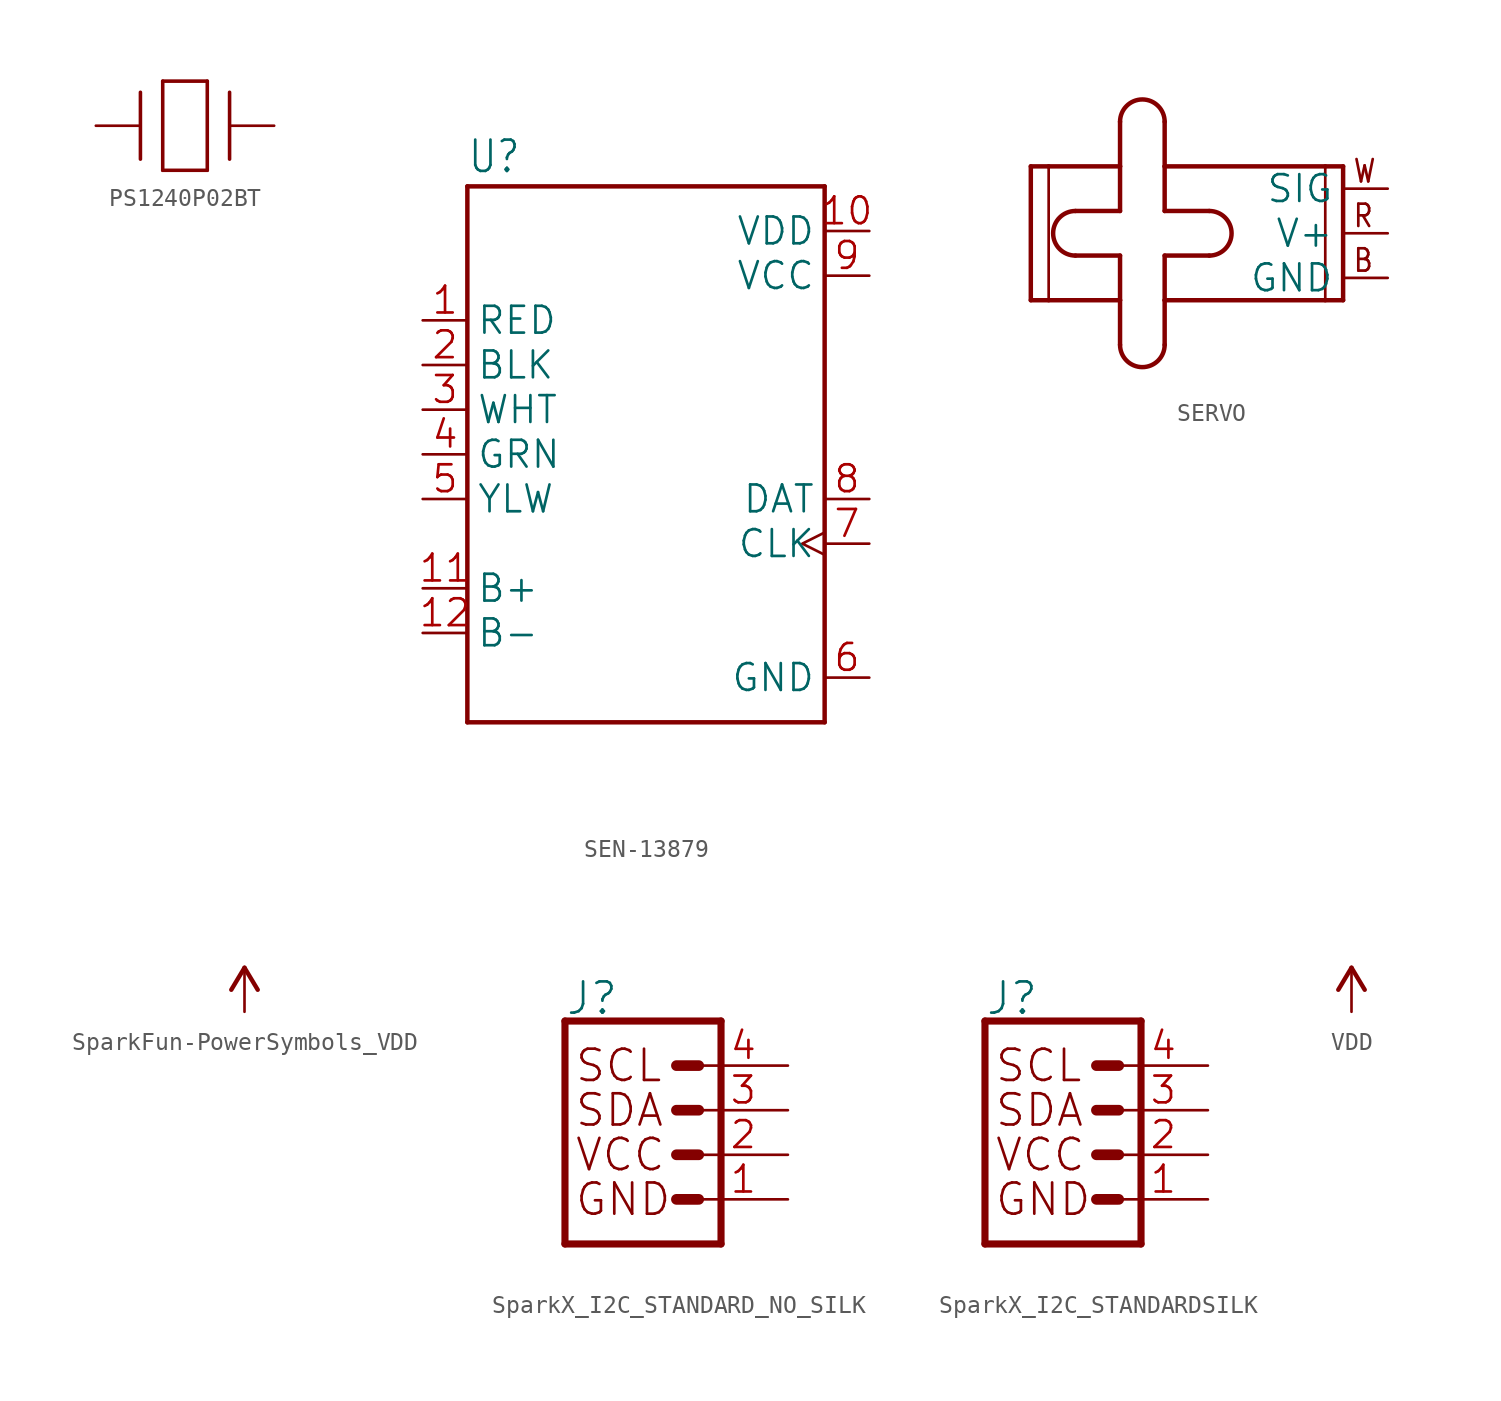
<source format=kicad_sym>
(kicad_symbol_lib
  (version 20241209)
  (generator "kicad_symbol_editor")
  (generator_version "9.0")
  (symbol "PS1240P02BT"
    (property "Reference" "XTAL"
      (at -2.819 2.692 0)
      (effects (font (size 3.48 2.958)) (justify left bottom) (hide yes)))
    (property "ki_locked" ""
      (at 0 0 0)
      (effects (font (size 1.27 1.27))))
    (symbol "PS1240P02BT_1_0"
      (polyline (pts (xy 2.54 -1.905) (xy 2.54 1.905)) (stroke (width 0.203) (type solid)) (fill (type none)))
      (polyline (pts (xy 3.81 2.54) (xy 6.35 2.54)) (stroke (width 0.203) (type solid)) (fill (type none)))
      (polyline (pts (xy 3.81 -2.54) (xy 3.81 2.54)) (stroke (width 0.203) (type solid)) (fill (type none)))
      (polyline (pts (xy 6.35 2.54) (xy 6.35 -2.54)) (stroke (width 0.203) (type solid)) (fill (type none)))
      (polyline (pts (xy 6.35 -2.54) (xy 3.81 -2.54)) (stroke (width 0.203) (type solid)) (fill (type none)))
      (polyline (pts (xy 7.62 -1.905) (xy 7.62 1.905)) (stroke (width 0.203) (type solid)) (fill (type none)))
      (pin passive line (at 0 0 0) (length 2.54) (name "1" (effects (font (size 0 0)))) (number "1" (effects (font (size 0 0)))))
      (pin passive line (at 10.16 0 180) (length 2.54) (name "2" (effects (font (size 0 0)))) (number "2" (effects (font (size 0 0)))))))
  (symbol "SEN-13879"
    (property "Reference" "U"
      (at -10.172 15.894 0)
      (effects (font (size 1.78 1.513)) (justify left bottom)))
    (property "Value" ""
      (at -10.164 -17.787 0)
      (effects (font (size 1.779 1.512)) (justify left bottom)))
    (property "ki_locked" ""
      (at 0 0 0)
      (effects (font (size 1.27 1.27))))
    (symbol "SEN-13879_1_0"
      (polyline (pts (xy -10.16 15.24) (xy 10.16 15.24)) (stroke (width 0.254) (type solid)) (fill (type none)))
      (polyline (pts (xy -10.16 -15.24) (xy -10.16 15.24)) (stroke (width 0.254) (type solid)) (fill (type none)))
      (polyline (pts (xy 10.16 15.24) (xy 10.16 -15.24)) (stroke (width 0.254) (type solid)) (fill (type none)))
      (polyline (pts (xy 10.16 -15.24) (xy -10.16 -15.24)) (stroke (width 0.254) (type solid)) (fill (type none)))
      (pin bidirectional line (at -12.7 7.62 0) (length 2.54) (name "RED" (effects (font (size 1.524 1.524)))) (number "1" (effects (font (size 1.524 1.524)))))
      (pin bidirectional line (at -12.7 5.08 0) (length 2.54) (name "BLK" (effects (font (size 1.524 1.524)))) (number "2" (effects (font (size 1.524 1.524)))))
      (pin input line (at -12.7 2.54 0) (length 2.54) (name "WHT" (effects (font (size 1.524 1.524)))) (number "3" (effects (font (size 1.524 1.524)))))
      (pin input line (at -12.7 0 0) (length 2.54) (name "GRN" (effects (font (size 1.524 1.524)))) (number "4" (effects (font (size 1.524 1.524)))))
      (pin bidirectional line (at -12.7 -2.54 0) (length 2.54) (name "YLW" (effects (font (size 1.524 1.524)))) (number "5" (effects (font (size 1.524 1.524)))))
      (pin input line (at -12.7 -7.62 0) (length 2.54) (name "B+" (effects (font (size 1.524 1.524)))) (number "11" (effects (font (size 1.524 1.524)))))
      (pin input line (at -12.7 -10.16 0) (length 2.54) (name "B-" (effects (font (size 1.524 1.524)))) (number "12" (effects (font (size 1.524 1.524)))))
      (pin power_in line (at 12.7 12.7 180) (length 2.54) (name "VDD" (effects (font (size 1.524 1.524)))) (number "10" (effects (font (size 1.524 1.524)))))
      (pin power_in line (at 12.7 10.16 180) (length 2.54) (name "VCC" (effects (font (size 1.524 1.524)))) (number "9" (effects (font (size 1.524 1.524)))))
      (pin output line (at 12.7 -2.54 180) (length 2.54) (name "DAT" (effects (font (size 1.524 1.524)))) (number "8" (effects (font (size 1.524 1.524)))))
      (pin input clock (at 12.7 -5.08 180) (length 2.54) (name "CLK" (effects (font (size 1.524 1.524)))) (number "7" (effects (font (size 1.524 1.524)))))
      (pin power_in line (at 12.7 -12.7 180) (length 2.54) (name "GND" (effects (font (size 1.524 1.524)))) (number "6" (effects (font (size 1.524 1.524)))))))
  (symbol "SERVO"
    (property "Reference" "M"
      (at -9.906 1.524 0)
      (effects (font (size 1.778 1.778)) (justify left bottom) (hide yes)))
    (property "ki_locked" ""
      (at 0 0 0)
      (effects (font (size 1.27 1.27))))
    (symbol "SERVO_1_0"
      (polyline (pts (xy -17.78 1.27) (xy -17.78 -6.35)) (stroke (width 0.254) (type solid)) (fill (type none)))
      (polyline (pts (xy -17.78 -6.35) (xy -16.764 -6.35)) (stroke (width 0.254) (type solid)) (fill (type none)))
      (polyline (pts (xy -16.764 1.27) (xy -17.78 1.27)) (stroke (width 0.254) (type solid)) (fill (type none)))
      (polyline (pts (xy -16.764 1.27) (xy -16.764 -6.35)) (stroke (width 0.152) (type solid)) (fill (type none)))
      (polyline (pts (xy -16.764 -6.35) (xy -12.7 -6.35)) (stroke (width 0.254) (type solid)) (fill (type none)))
      (polyline (pts (xy -15.24 -1.27) (xy -12.7 -1.27)) (stroke (width 0.254) (type solid)) (fill (type none)))
      (arc (start -15.24 -3.81) (mid -16.51 -2.54) (end -15.24 -1.27) (stroke (width 0.254) (type solid)) (fill (type none)))
      (polyline (pts (xy -15.24 -3.81) (xy -12.7 -3.81)) (stroke (width 0.254) (type solid)) (fill (type none)))
      (polyline (pts (xy -12.7 1.27) (xy -16.764 1.27)) (stroke (width 0.254) (type solid)) (fill (type none)))
      (polyline (pts (xy -12.7 1.27) (xy -12.7 3.81)) (stroke (width 0.254) (type solid)) (fill (type none)))
      (polyline (pts (xy -12.7 -1.27) (xy -12.7 1.27)) (stroke (width 0.254) (type solid)) (fill (type none)))
      (polyline (pts (xy -12.7 -3.81) (xy -12.7 -6.35)) (stroke (width 0.254) (type solid)) (fill (type none)))
      (polyline (pts (xy -12.7 -6.35) (xy -12.7 -8.89)) (stroke (width 0.254) (type solid)) (fill (type none)))
      (arc (start -12.7 3.81) (mid -11.43 5.08) (end -10.16 3.81) (stroke (width 0.254) (type solid)) (fill (type none)))
      (arc (start -10.16 -8.89) (mid -11.43 -10.16) (end -12.7 -8.89) (stroke (width 0.254) (type solid)) (fill (type none)))
      (polyline (pts (xy -10.16 3.81) (xy -10.16 1.27)) (stroke (width 0.254) (type solid)) (fill (type none)))
      (polyline (pts (xy -10.16 1.27) (xy -10.16 -1.27)) (stroke (width 0.254) (type solid)) (fill (type none)))
      (polyline (pts (xy -10.16 -1.27) (xy -7.62 -1.27)) (stroke (width 0.254) (type solid)) (fill (type none)))
      (polyline (pts (xy -10.16 -3.81) (xy -10.16 -6.35)) (stroke (width 0.254) (type solid)) (fill (type none)))
      (polyline (pts (xy -10.16 -6.35) (xy -10.16 -8.89)) (stroke (width 0.254) (type solid)) (fill (type none)))
      (polyline (pts (xy -10.16 -6.35) (xy -1.016 -6.35)) (stroke (width 0.254) (type solid)) (fill (type none)))
      (arc (start -7.62 -1.27) (mid -6.35 -2.54) (end -7.62 -3.81) (stroke (width 0.254) (type solid)) (fill (type none)))
      (polyline (pts (xy -7.62 -3.81) (xy -10.16 -3.81)) (stroke (width 0.254) (type solid)) (fill (type none)))
      (polyline (pts (xy -1.016 1.27) (xy -10.16 1.27)) (stroke (width 0.254) (type solid)) (fill (type none)))
      (polyline (pts (xy -1.016 1.27) (xy -1.016 -6.35)) (stroke (width 0.152) (type solid)) (fill (type none)))
      (polyline (pts (xy -1.016 -6.35) (xy 0 -6.35)) (stroke (width 0.254) (type solid)) (fill (type none)))
      (polyline (pts (xy 0 1.27) (xy -1.016 1.27)) (stroke (width 0.254) (type solid)) (fill (type none)))
      (polyline (pts (xy 0 -6.35) (xy 0 1.27)) (stroke (width 0.254) (type solid)) (fill (type none)))
      (text "W" (at 0.508 0.254 0) (effects (font (size 1.27 1.079)) (justify left bottom)))
      (text "R" (at 0.508 -2.286 0) (effects (font (size 1.27 1.079)) (justify left bottom)))
      (text "B" (at 0.508 -4.826 0) (effects (font (size 1.27 1.079)) (justify left bottom)))
      (pin bidirectional line (at 2.54 0 180) (length 2.54) (name "SIG" (effects (font (size 1.524 1.524)))) (number "1" (effects (font (size 0 0)))))
      (pin bidirectional line (at 2.54 -2.54 180) (length 2.54) (name "V+" (effects (font (size 1.524 1.524)))) (number "2" (effects (font (size 0 0)))))
      (pin bidirectional line (at 2.54 -5.08 180) (length 2.54) (name "GND" (effects (font (size 1.524 1.524)))) (number "3" (effects (font (size 0 0)))))))
  (symbol "SparkFun-PowerSymbols_VDD"
    (power)
    (property "Reference" "#SUPPLY"
      (at 0 0 0)
      (effects (font (size 1.27 1.27)) (hide yes)))
    (property "Value" ""
      (at 0 2.794 0)
      (effects (font (size 1.778 1.778)) (justify bottom)))
    (property "ki_locked" ""
      (at 0 0 0)
      (effects (font (size 1.27 1.27))))
    (symbol "SparkFun-PowerSymbols_VDD_1_0"
      (polyline (pts (xy 0 2.54) (xy -0.762 1.27)) (stroke (width 0.254) (type solid)) (fill (type none)))
      (polyline (pts (xy 0.762 1.27) (xy 0 2.54)) (stroke (width 0.254) (type solid)) (fill (type none)))
      (pin power_in line (at 0 0 90) (length 2.54) (name "VDD" (effects (font (size 0 0)))) (number "1" (effects (font (size 0 0)))))))
  (symbol "SparkX_I2C_STANDARD_NO_SILK"
    (property "Reference" "J"
      (at -5.08 7.874 0)
      (effects (font (size 1.778 1.778)) (justify left bottom)))
    (property "Value" ""
      (at -5.08 -5.334 0)
      (effects (font (size 1.778 1.778)) (justify left top)))
    (property "ki_locked" ""
      (at 0 0 0)
      (effects (font (size 1.27 1.27))))
    (symbol "SparkX_I2C_STANDARD_NO_SILK_1_0"
      (polyline (pts (xy -5.08 7.62) (xy -5.08 -5.08)) (stroke (width 0.406) (type solid)) (fill (type none)))
      (polyline (pts (xy -5.08 7.62) (xy 3.81 7.62)) (stroke (width 0.406) (type solid)) (fill (type none)))
      (polyline (pts (xy 1.27 5.08) (xy 2.54 5.08)) (stroke (width 0.61) (type solid)) (fill (type none)))
      (polyline (pts (xy 1.27 2.54) (xy 2.54 2.54)) (stroke (width 0.61) (type solid)) (fill (type none)))
      (polyline (pts (xy 1.27 0) (xy 2.54 0)) (stroke (width 0.61) (type solid)) (fill (type none)))
      (polyline (pts (xy 1.27 -2.54) (xy 2.54 -2.54)) (stroke (width 0.61) (type solid)) (fill (type none)))
      (polyline (pts (xy 3.81 -5.08) (xy -5.08 -5.08)) (stroke (width 0.406) (type solid)) (fill (type none)))
      (polyline (pts (xy 3.81 -5.08) (xy 3.81 7.62)) (stroke (width 0.406) (type solid)) (fill (type none)))
      (text "SCL" (at -4.572 5.08 0) (effects (font (size 1.778 1.778)) (justify left)))
      (text "SDA" (at -4.572 2.54 0) (effects (font (size 1.778 1.778)) (justify left)))
      (text "VCC" (at -4.572 0 0) (effects (font (size 1.778 1.778)) (justify left)))
      (text "GND" (at -4.572 -2.54 0) (effects (font (size 1.778 1.778)) (justify left)))
      (pin passive line (at 7.62 5.08 180) (length 5.08) (name "SCL" (effects (font (size 0 0)))) (number "4" (effects (font (size 1.524 1.524)))))
      (pin passive line (at 7.62 2.54 180) (length 5.08) (name "SDA" (effects (font (size 0 0)))) (number "3" (effects (font (size 1.524 1.524)))))
      (pin power_in line (at 7.62 0 180) (length 5.08) (name "VCC" (effects (font (size 0 0)))) (number "2" (effects (font (size 1.524 1.524)))))
      (pin power_in line (at 7.62 -2.54 180) (length 5.08) (name "GND" (effects (font (size 0 0)))) (number "1" (effects (font (size 1.524 1.524)))))))
  (symbol "SparkX_I2C_STANDARDSILK"
    (property "Reference" "J"
      (at -5.08 7.874 0)
      (effects (font (size 1.778 1.778)) (justify left bottom)))
    (property "Value" ""
      (at -5.08 -5.334 0)
      (effects (font (size 1.778 1.778)) (justify left top)))
    (property "ki_locked" ""
      (at 0 0 0)
      (effects (font (size 1.27 1.27))))
    (symbol "SparkX_I2C_STANDARDSILK_1_0"
      (polyline (pts (xy -5.08 7.62) (xy -5.08 -5.08)) (stroke (width 0.406) (type solid)) (fill (type none)))
      (polyline (pts (xy -5.08 7.62) (xy 3.81 7.62)) (stroke (width 0.406) (type solid)) (fill (type none)))
      (polyline (pts (xy 1.27 5.08) (xy 2.54 5.08)) (stroke (width 0.61) (type solid)) (fill (type none)))
      (polyline (pts (xy 1.27 2.54) (xy 2.54 2.54)) (stroke (width 0.61) (type solid)) (fill (type none)))
      (polyline (pts (xy 1.27 0) (xy 2.54 0)) (stroke (width 0.61) (type solid)) (fill (type none)))
      (polyline (pts (xy 1.27 -2.54) (xy 2.54 -2.54)) (stroke (width 0.61) (type solid)) (fill (type none)))
      (polyline (pts (xy 3.81 -5.08) (xy -5.08 -5.08)) (stroke (width 0.406) (type solid)) (fill (type none)))
      (polyline (pts (xy 3.81 -5.08) (xy 3.81 7.62)) (stroke (width 0.406) (type solid)) (fill (type none)))
      (text "SCL" (at -4.572 5.08 0) (effects (font (size 1.778 1.778)) (justify left)))
      (text "SDA" (at -4.572 2.54 0) (effects (font (size 1.778 1.778)) (justify left)))
      (text "VCC" (at -4.572 0 0) (effects (font (size 1.778 1.778)) (justify left)))
      (text "GND" (at -4.572 -2.54 0) (effects (font (size 1.778 1.778)) (justify left)))
      (pin passive line (at 7.62 5.08 180) (length 5.08) (name "SCL" (effects (font (size 0 0)))) (number "4" (effects (font (size 1.524 1.524)))))
      (pin passive line (at 7.62 2.54 180) (length 5.08) (name "SDA" (effects (font (size 0 0)))) (number "3" (effects (font (size 1.524 1.524)))))
      (pin power_in line (at 7.62 0 180) (length 5.08) (name "VCC" (effects (font (size 0 0)))) (number "2" (effects (font (size 1.524 1.524)))))
      (pin power_in line (at 7.62 -2.54 180) (length 5.08) (name "GND" (effects (font (size 0 0)))) (number "1" (effects (font (size 1.524 1.524)))))))
  (symbol "VDD"
    (power)
    (property "Reference" "#SUPPLY"
      (at 0 0 0)
      (effects (font (size 1.27 1.27)) (hide yes)))
    (property "Value" ""
      (at 0 2.794 0)
      (effects (font (size 1.778 1.778)) (justify bottom)))
    (property "ki_locked" ""
      (at 0 0 0)
      (effects (font (size 1.27 1.27))))
    (symbol "VDD_1_0"
      (polyline (pts (xy 0 2.54) (xy -0.762 1.27)) (stroke (width 0.254) (type solid)) (fill (type none)))
      (polyline (pts (xy 0.762 1.27) (xy 0 2.54)) (stroke (width 0.254) (type solid)) (fill (type none)))
      (pin power_in line (at 0 0 90) (length 2.54) (name "VDD" (effects (font (size 0 0)))) (number "1" (effects (font (size 0 0))))))))
</source>
